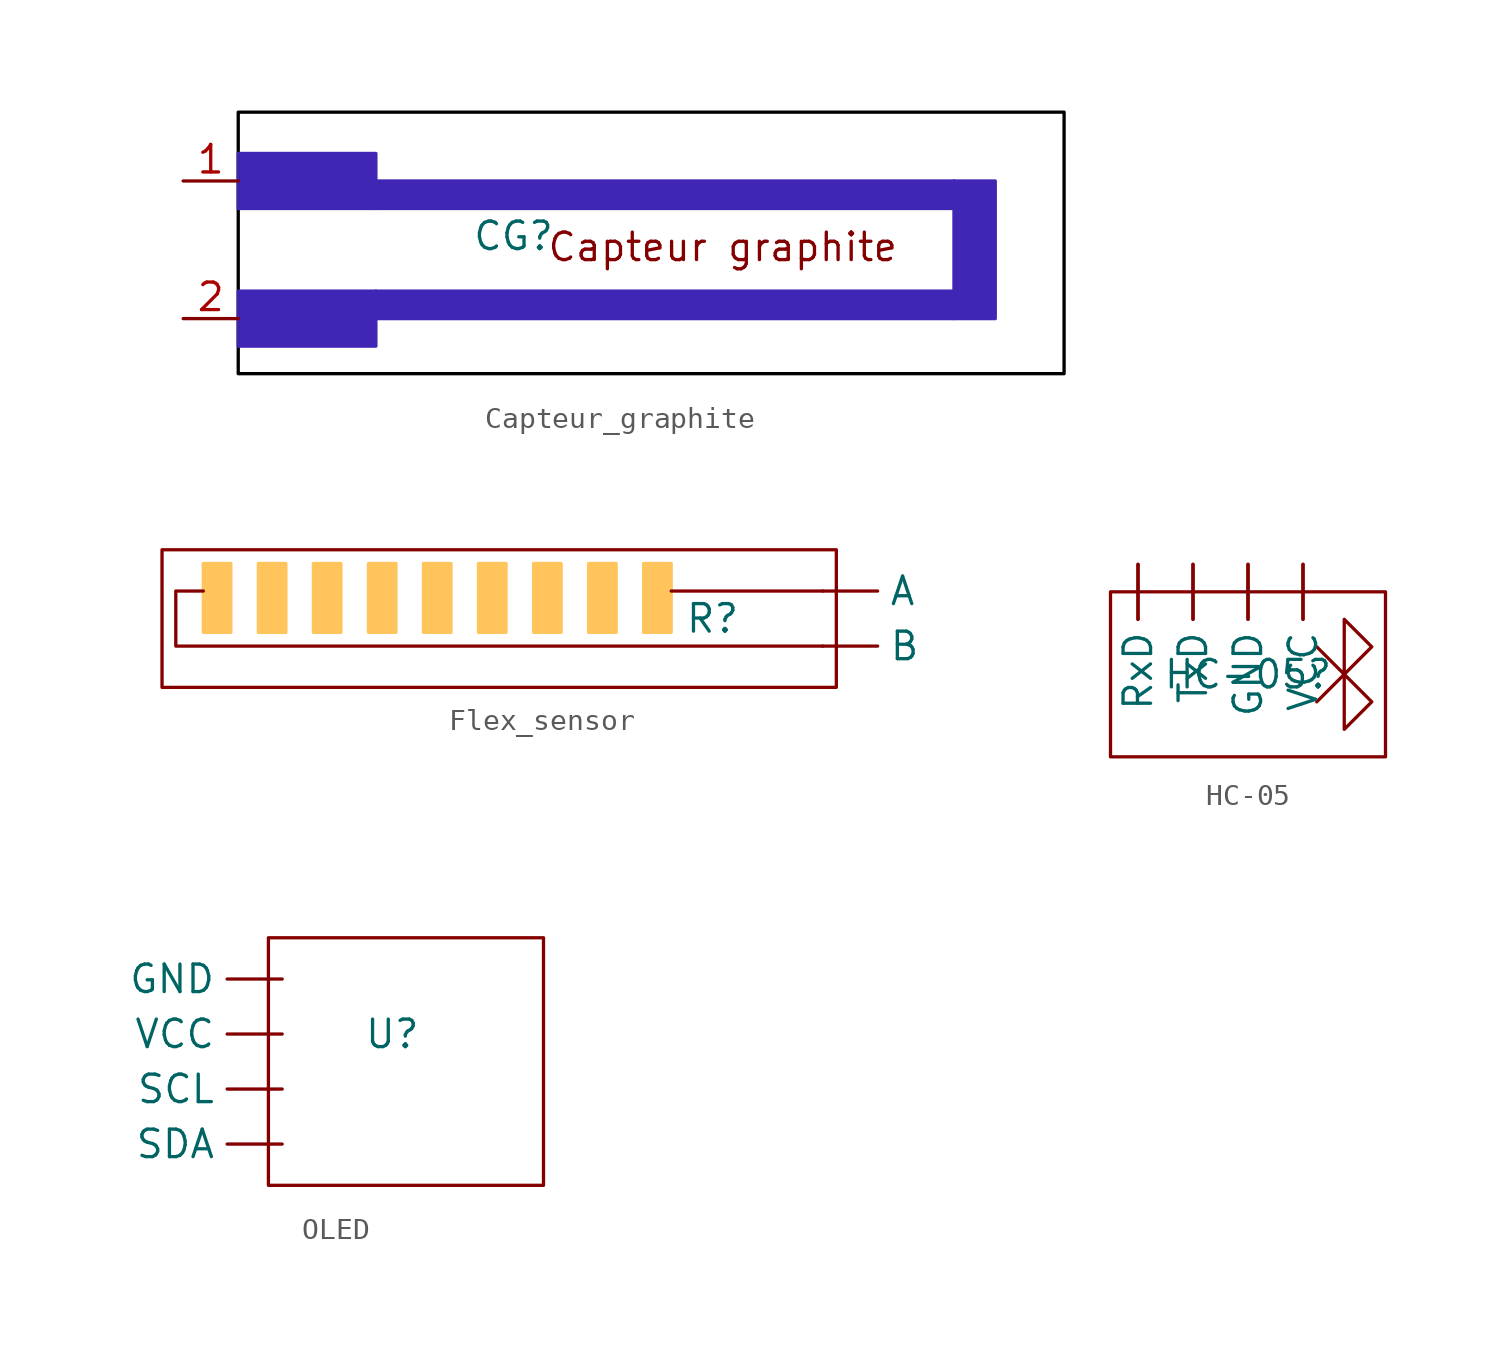
<source format=kicad_sym>
(kicad_symbol_lib
  (version 20231120)
  (generator "kicad_symbol_editor")
  (generator_version "8.0")
  (symbol "Capteur_graphite"
    (property "Reference" "CG"
      (at 0 0 0)
      (effects (font (size 1.27 1.27))))
    (property "Value" ""
      (at 0 0 0)
      (effects (font (size 1.27 1.27))))
    (symbol "Capteur_graphite_0_1"
      (rectangle (start -12.7 -2.54) (end -6.35 -5.08) (stroke (width 0) (type default) (color 65 38 181 1)) (fill (type color) (color 65 38 181 1)))
      (rectangle (start -12.7 3.81) (end -6.35 1.27) (stroke (width 0) (type default) (color 65 38 181 1)) (fill (type color) (color 65 38 181 1)))
      (rectangle (start -12.7 5.715) (end 25.4 -6.35) (stroke (width 0) (type default) (color 0 0 0 1)) (fill (type none)))
      (rectangle (start -6.35 -3.81) (end 20.32 -2.54) (stroke (width 0) (type default) (color 65 38 181 1)) (fill (type color) (color 65 38 181 1)))
      (rectangle (start -6.35 2.54) (end 20.32 1.27) (stroke (width 0) (type default) (color 65 38 181 1)) (fill (type color) (color 65 38 181 1)))
      (rectangle (start 20.32 2.54) (end 22.225 -3.81) (stroke (width 0) (type default) (color 65 38 181 1)) (fill (type color) (color 65 38 181 1))))
    (symbol "Capteur_graphite_1_1"
      (text "Capteur graphite" (at 9.652 -0.508 0) (effects (font (size 1.27 1.27))))
      (pin passive line (at -15.24 2.54 0) (length 2.54) (name "" (effects (font (size 1.27 1.27)))) (number "1" (effects (font (size 1.27 1.27)))))
      (pin passive line (at -15.24 -3.81 0) (length 2.54) (name "" (effects (font (size 1.27 1.27)))) (number "2" (effects (font (size 1.27 1.27)))))))
  (symbol "Flex_sensor"
    (property "Reference" "R"
      (at 0 0 0)
      (effects (font (size 1.27 1.27))))
    (property "Value" ""
      (at 0 0 0)
      (effects (font (size 1.27 1.27))))
    (symbol "Flex_sensor_0_1"
      (rectangle (start -25.4 3.175) (end 5.715 -3.175) (stroke (width 0) (type default)) (fill (type none)))
      (rectangle (start -23.495 2.54) (end -22.225 -0.635) (stroke (width 0) (type default) (color 255 197 92 1)) (fill (type color) (color 255 197 92 1)))
      (rectangle (start -20.955 2.54) (end -19.685 -0.635) (stroke (width 0) (type default) (color 255 197 92 1)) (fill (type color) (color 255 197 92 1)))
      (rectangle (start -18.415 2.54) (end -17.145 -0.635) (stroke (width 0) (type default) (color 255 197 92 1)) (fill (type color) (color 255 197 92 1)))
      (rectangle (start -15.875 2.54) (end -14.605 -0.635) (stroke (width 0) (type default) (color 255 197 92 1)) (fill (type color) (color 255 197 92 1)))
      (rectangle (start -13.335 2.54) (end -12.065 -0.635) (stroke (width 0) (type default) (color 255 197 92 1)) (fill (type color) (color 255 197 92 1)))
      (rectangle (start -10.795 2.54) (end -9.525 -0.635) (stroke (width 0) (type default) (color 255 197 92 1)) (fill (type color) (color 255 197 92 1)))
      (rectangle (start -8.255 2.54) (end -6.985 -0.635) (stroke (width 0) (type default) (color 255 197 92 1)) (fill (type color) (color 255 197 92 1)))
      (rectangle (start -5.715 2.54) (end -4.445 -0.635) (stroke (width 0) (type default) (color 255 197 92 1)) (fill (type color) (color 255 197 92 1)))
      (rectangle (start -3.175 2.54) (end -1.905 -0.635) (stroke (width 0) (type default) (color 255 197 92 1)) (fill (type color) (color 255 197 92 1)))
      (polyline (pts (xy 5.08 1.27) (xy -1.905 1.27)) (stroke (width 0) (type default)) (fill (type none)))
      (polyline (pts (xy 5.08 -1.27) (xy -24.765 -1.27) (xy -24.765 1.27) (xy -23.495 1.27)) (stroke (width 0) (type default)) (fill (type none))))
    (symbol "Flex_sensor_1_1"
      (pin passive line (at 5.08 1.27 0) (length 2.54) (name "A" (effects (font (size 1.27 1.27)))) (number "" (effects (font (size 1.27 1.27)))))
      (pin passive line (at 5.08 -1.27 0) (length 2.54) (name "B" (effects (font (size 1.27 1.27)))) (number "" (effects (font (size 1.27 1.27)))))))
  (symbol "HC-05"
    (property "Reference" "HC-05"
      (at 0 0 0)
      (effects (font (size 1.27 1.27))))
    (property "Value" ""
      (at 0 0 0)
      (effects (font (size 1.27 1.27))))
    (symbol "HC-05_0_1"
      (rectangle (start -6.35 3.81) (end 6.35 -3.81) (stroke (width 0) (type default)) (fill (type none)))
      (polyline (pts (xy -5.08 2.54) (xy -5.08 5.08)) (stroke (width 0) (type default)) (fill (type none)))
      (polyline (pts (xy -2.54 2.54) (xy -2.54 5.08)) (stroke (width 0) (type default)) (fill (type none)))
      (polyline (pts (xy 0 2.54) (xy 0 5.08)) (stroke (width 0) (type default)) (fill (type none)))
      (polyline (pts (xy 2.54 2.54) (xy 2.54 5.08)) (stroke (width 0) (type default)) (fill (type none)))
      (polyline (pts (xy 4.445 -2.54) (xy 4.445 2.54) (xy 5.715 1.27) (xy 4.445 0) (xy 5.715 -1.27) (xy 4.445 -2.54) (xy 4.445 -2.54) (xy 4.445 0) (xy 3.175 1.27) (xy 4.445 0) (xy 3.175 -1.27)) (stroke (width 0) (type default)) (fill (type none))))
    (symbol "HC-05_1_1"
      (pin passive line (at 0 5.08 270) (length 2.54) (name "GND" (effects (font (size 1.27 1.27)))) (number "" (effects (font (size 1.27 1.27)))))
      (pin passive line (at -5.08 5.08 270) (length 2.54) (name "RxD" (effects (font (size 1.27 1.27)))) (number "" (effects (font (size 1.27 1.27)))))
      (pin passive line (at -2.54 5.08 270) (length 2.54) (name "TxD" (effects (font (size 1.27 1.27)))) (number "" (effects (font (size 1.27 1.27)))))
      (pin passive line (at 2.54 5.08 270) (length 2.54) (name "VCC" (effects (font (size 1.27 1.27)))) (number "" (effects (font (size 1.27 1.27)))))))
  (symbol "OLED"
    (property "Reference" "U"
      (at 0 0 0)
      (effects (font (size 1.27 1.27))))
    (property "Value" ""
      (at 0 0 0)
      (effects (font (size 1.27 1.27))))
    (symbol "OLED_0_1"
      (rectangle (start -5.715 4.445) (end 6.985 -6.985) (stroke (width 0) (type default)) (fill (type none))))
    (symbol "OLED_1_1"
      (pin passive line (at -5.08 2.54 180) (length 2.54) (name "GND" (effects (font (size 1.27 1.27)))) (number "" (effects (font (size 1.27 1.27)))))
      (pin input line (at -5.08 -2.54 180) (length 2.54) (name "SCL" (effects (font (size 1.27 1.27)))) (number "" (effects (font (size 1.27 1.27)))))
      (pin input line (at -5.08 -5.08 180) (length 2.54) (name "SDA" (effects (font (size 1.27 1.27)))) (number "" (effects (font (size 1.27 1.27)))))
      (pin passive line (at -5.08 0 180) (length 2.54) (name "VCC" (effects (font (size 1.27 1.27)))) (number "" (effects (font (size 1.27 1.27))))))))
</source>
